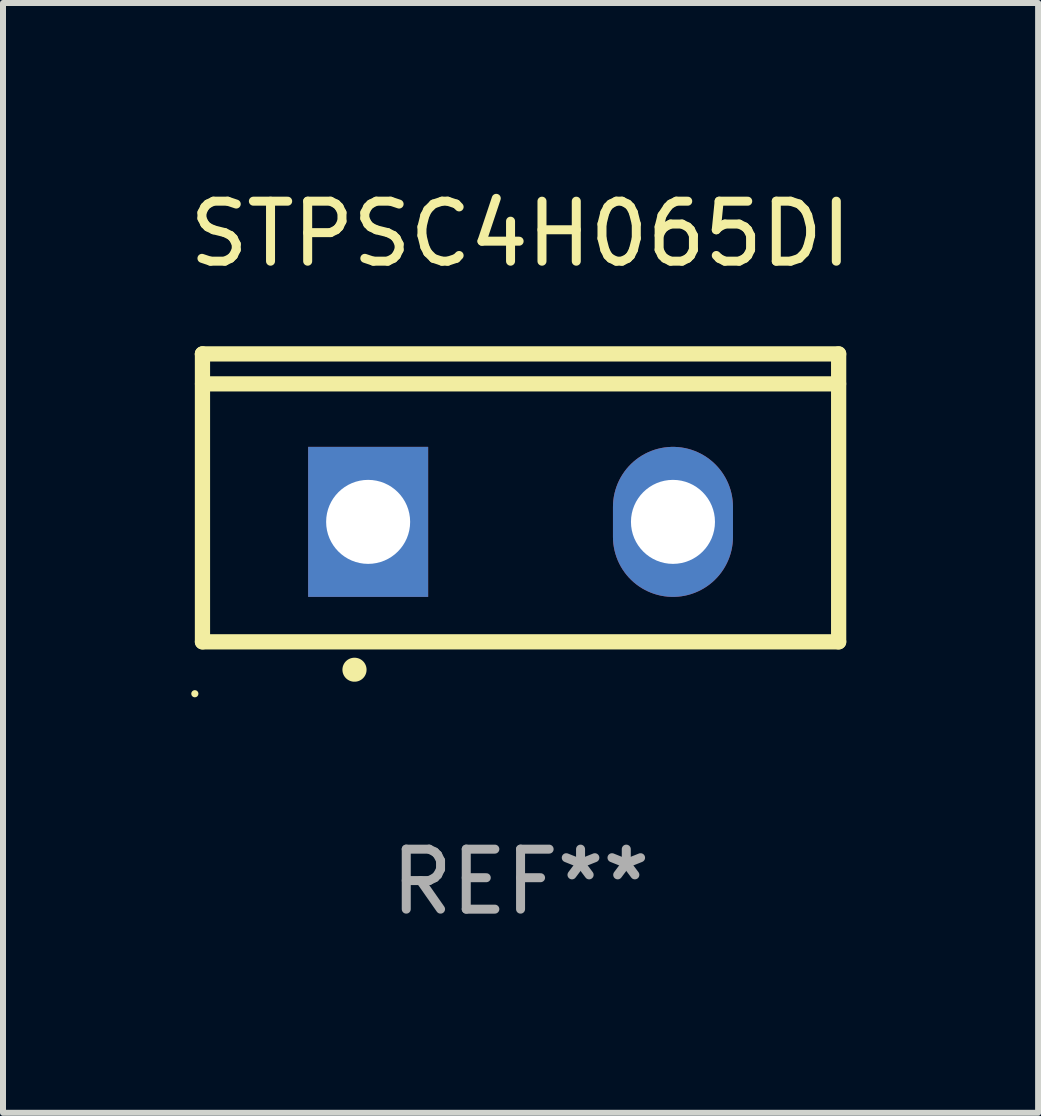
<source format=kicad_pcb>
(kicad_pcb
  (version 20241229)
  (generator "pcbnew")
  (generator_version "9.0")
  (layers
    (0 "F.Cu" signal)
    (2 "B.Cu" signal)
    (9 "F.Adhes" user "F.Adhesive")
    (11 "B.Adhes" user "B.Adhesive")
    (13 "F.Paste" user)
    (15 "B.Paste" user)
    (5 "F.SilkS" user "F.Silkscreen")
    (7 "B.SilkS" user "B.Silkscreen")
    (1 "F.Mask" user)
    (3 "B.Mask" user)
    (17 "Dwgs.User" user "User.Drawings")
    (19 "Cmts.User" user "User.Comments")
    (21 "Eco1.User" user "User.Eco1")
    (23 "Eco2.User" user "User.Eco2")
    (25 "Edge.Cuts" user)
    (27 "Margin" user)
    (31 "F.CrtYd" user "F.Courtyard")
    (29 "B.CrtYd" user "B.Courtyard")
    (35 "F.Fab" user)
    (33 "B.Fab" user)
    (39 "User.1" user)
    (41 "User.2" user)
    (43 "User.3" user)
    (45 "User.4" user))
  (footprint "STPSC4H065DI"
    (layer "F.Cu")
    (at 5.625 5.247)
    (property "Reference" "STPSC4H065DI" (at 0 -4.399 0) (layer "F.SilkS") (effects (font (size 1 1) (thickness 0.15))))
    (attr through_hole)
    (fp_line (start -5.301 -2.399) (end 5.301 -2.399) (stroke (width 0.254) (type solid)) (layer "F.SilkS"))
    (fp_line (start -5.301 -2.394) (end -5.301 -2.399) (stroke (width 0.254) (type solid)) (layer "F.SilkS"))
    (fp_line (start -5.301 2.399) (end -5.301 -2.394) (stroke (width 0.254) (type solid)) (layer "F.SilkS"))
    (fp_line (start 5.3 -1.9) (end -5.3 -1.9) (stroke (width 0.254) (type solid)) (layer "F.SilkS"))
    (fp_line (start 5.301 -2.399) (end 5.301 2.399) (stroke (width 0.254) (type solid)) (layer "F.SilkS"))
    (fp_line (start 5.301 2.399) (end -5.301 2.399) (stroke (width 0.254) (type solid)) (layer "F.SilkS"))
    (fp_arc (start -2.768606 2.863843) (mid -2.767336 2.863839) (end -2.766066 2.863843) (stroke (width 0.4) (type solid)) (layer "F.SilkS"))
    (fp_circle (center -5.428 3.264) (end -5.398 3.264) (stroke (width 0.06) (type solid)) (fill no) (layer "F.SilkS"))
    (fp_text user "REF**" (at 0 6.399 0) (layer "F.Fab") (effects (font (size 1 1) (thickness 0.15))))
    (pad "1" thru_hole rect (at -2.54 0.4) (size 2 2.5) (drill 1.4) (layers "*.Cu" "*.Mask"))
    (pad "2" thru_hole oval (at 2.54 0.4) (size 2 2.5) (drill 1.4) (layers "*.Cu" "*.Mask")))
  (gr_rect
    (start -3 -3)
    (end 14.25 15.495)
    (stroke (width 0.1) (type default))
    (fill no)
    (layer "Edge.Cuts")))
</source>
